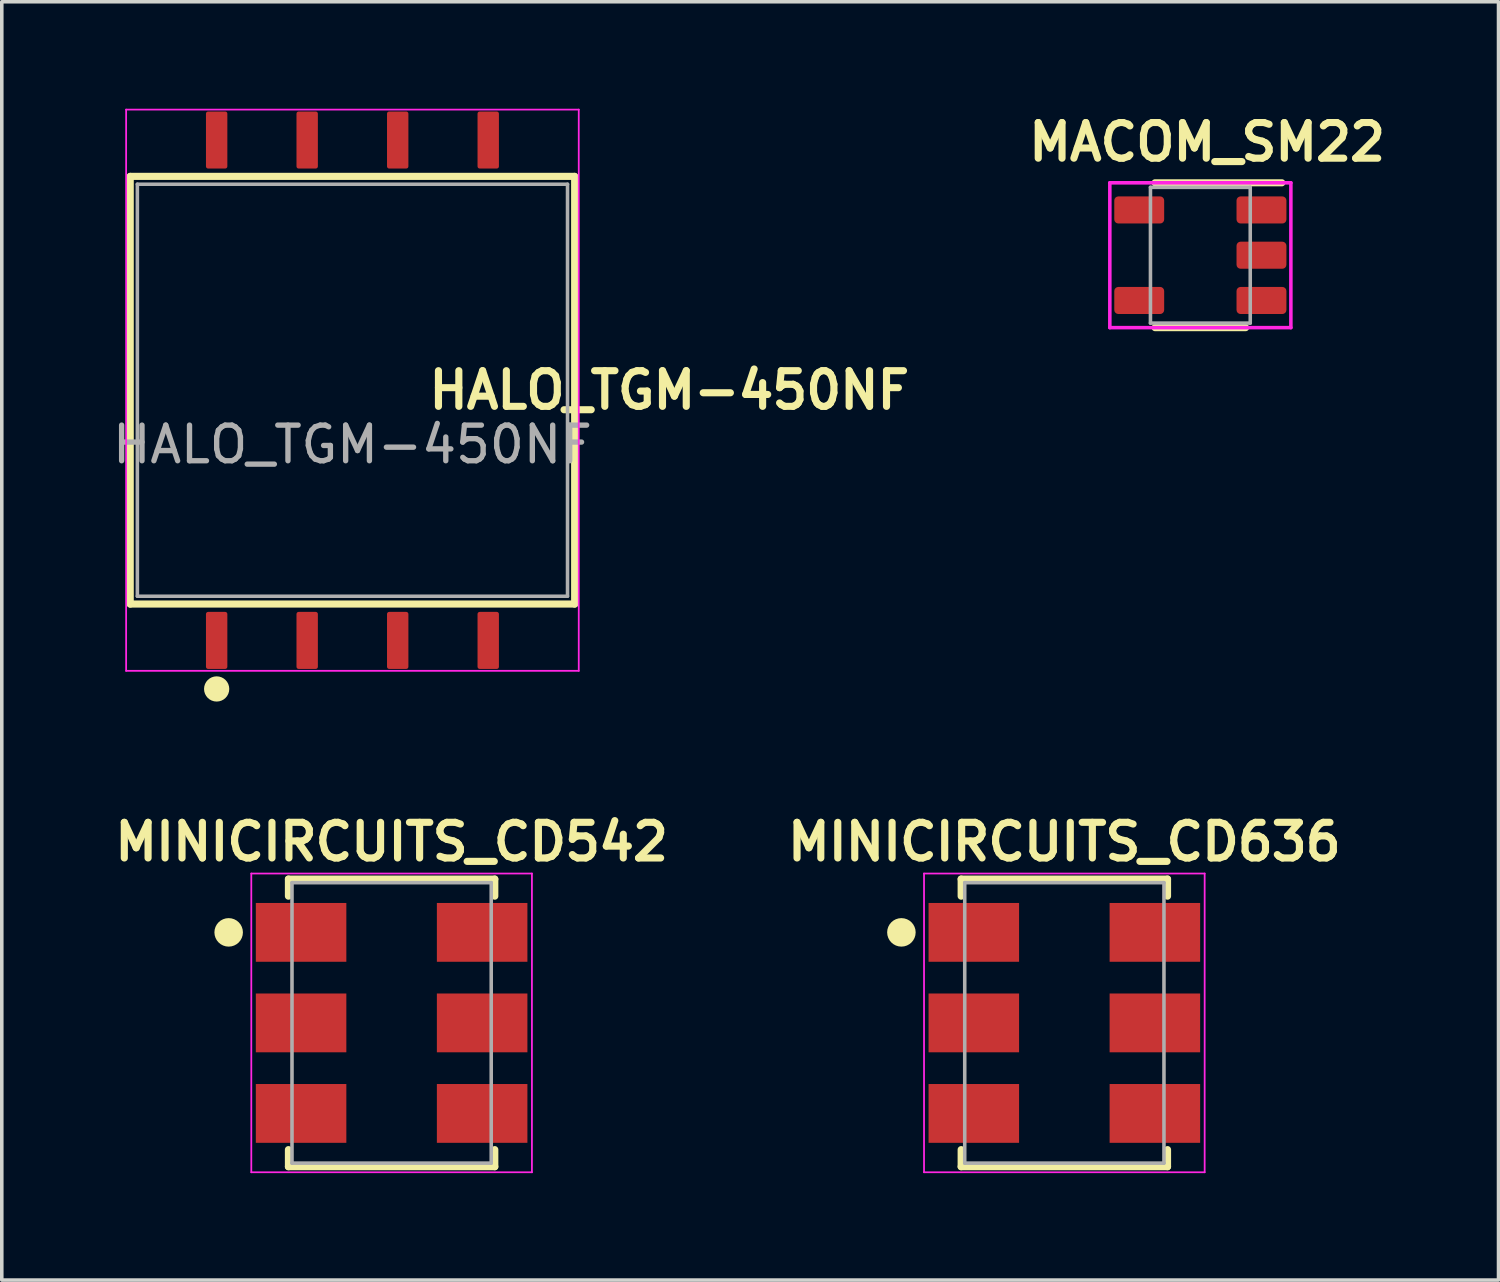
<source format=kicad_pcb>
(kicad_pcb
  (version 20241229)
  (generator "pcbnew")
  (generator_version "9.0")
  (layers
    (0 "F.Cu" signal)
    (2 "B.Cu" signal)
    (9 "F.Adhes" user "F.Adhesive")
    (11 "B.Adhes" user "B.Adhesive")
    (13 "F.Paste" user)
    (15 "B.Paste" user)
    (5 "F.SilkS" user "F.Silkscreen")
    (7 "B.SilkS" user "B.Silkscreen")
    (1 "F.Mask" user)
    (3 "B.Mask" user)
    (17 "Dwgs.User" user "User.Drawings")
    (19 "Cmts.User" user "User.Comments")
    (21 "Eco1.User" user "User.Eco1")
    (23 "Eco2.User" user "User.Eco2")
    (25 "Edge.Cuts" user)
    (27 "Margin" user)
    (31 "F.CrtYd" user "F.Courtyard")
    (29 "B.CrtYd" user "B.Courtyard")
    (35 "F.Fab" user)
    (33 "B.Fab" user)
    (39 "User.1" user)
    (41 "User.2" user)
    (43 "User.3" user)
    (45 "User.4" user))
  (footprint "MACOM_SM22"
    (layer "F.Cu")
    (at 28.915 2.841)
    (property "Reference" "MACOM_SM22" (at 1.905 -1.905 0) (layer "F.SilkS") (effects (font (size 1 1) (thickness 0.2))))
    (attr through_hole)
    (fp_line (start 0.445 -0.762) (end 4.001 -0.762) (stroke (width 0.2) (type solid)) (layer "F.SilkS"))
    (fp_line (start 0.445 3.302) (end 2.985 3.302) (stroke (width 0.2) (type solid)) (layer "F.SilkS"))
    (fp_line (start -0.825 -0.762) (end 4.255 -0.762) (stroke (width 0.1) (type solid)) (layer "F.CrtYd"))
    (fp_line (start -0.825 3.302) (end -0.825 -0.762) (stroke (width 0.1) (type solid)) (layer "F.CrtYd"))
    (fp_line (start 4.255 -0.762) (end 4.255 3.302) (stroke (width 0.1) (type solid)) (layer "F.CrtYd"))
    (fp_line (start 4.255 3.302) (end -0.825 3.302) (stroke (width 0.1) (type solid)) (layer "F.CrtYd"))
    (fp_line (start 0.315 -0.635) (end 3.115 -0.635) (stroke (width 0.1) (type solid)) (layer "F.Fab"))
    (fp_line (start 0.315 3.175) (end 0.315 -0.635) (stroke (width 0.1) (type solid)) (layer "F.Fab"))
    (fp_line (start 3.115 -0.635) (end 3.115 3.175) (stroke (width 0.1) (type solid)) (layer "F.Fab"))
    (fp_line (start 3.115 3.175) (end 0.315 3.175) (stroke (width 0.1) (type solid)) (layer "F.Fab"))
    (pad "1" smd roundrect (at 3.43 0 90) (size 0.76 1.4) (layers "F.Cu" "F.Mask" "F.Paste") (roundrect_rratio 0.15))
    (pad "2" smd roundrect (at 3.43 1.27 90) (size 0.76 1.4) (layers "F.Cu" "F.Mask" "F.Paste") (roundrect_rratio 0.15))
    (pad "3" smd roundrect (at 3.43 2.54 90) (size 0.76 1.4) (layers "F.Cu" "F.Mask" "F.Paste") (roundrect_rratio 0.15))
    (pad "4" smd roundrect (at 0 2.54 90) (size 0.76 1.4) (layers "F.Cu" "F.Mask" "F.Paste") (roundrect_rratio 0.15))
    (pad "5" smd roundrect (at 0 0 90) (size 0.76 1.4) (layers "F.Cu" "F.Mask" "F.Paste") (roundrect_rratio 0.15)))
  (footprint "MINICIRCUITS_CD636"
    (layer "F.Cu")
    (at 24.274 23.111)
    (property "Reference" "MINICIRCUITS_CD636" (at 2.54 -2.54 0) (layer "F.SilkS") (effects (font (size 1 1) (thickness 0.2))))
    (attr through_hole)
    (fp_line (start -0.355 -1.495) (end -0.355 -1.016) (stroke (width 0.2) (type solid)) (layer "F.SilkS"))
    (fp_line (start -0.355 -1.495) (end 5.435 -1.495) (stroke (width 0.2) (type solid)) (layer "F.SilkS"))
    (fp_line (start -0.355 6.575) (end -0.355 6.096) (stroke (width 0.2) (type solid)) (layer "F.SilkS"))
    (fp_line (start 5.435 -1.495) (end 5.435 -1.016) (stroke (width 0.2) (type solid)) (layer "F.SilkS"))
    (fp_line (start 5.435 6.575) (end -0.355 6.575) (stroke (width 0.2) (type solid)) (layer "F.SilkS"))
    (fp_line (start 5.435 6.575) (end 5.435 6.096) (stroke (width 0.2) (type solid)) (layer "F.SilkS"))
    (fp_circle (center -2.032 0) (end -1.832 0) (stroke (width 0.4) (type solid)) (fill no) (layer "F.SilkS"))
    (fp_line (start -1.397 -1.651) (end 6.477 -1.651) (stroke (width 0.05) (type solid)) (layer "F.CrtYd"))
    (fp_line (start -1.397 6.731) (end -1.397 -1.651) (stroke (width 0.05) (type solid)) (layer "F.CrtYd"))
    (fp_line (start 6.477 -1.651) (end 6.477 6.731) (stroke (width 0.05) (type solid)) (layer "F.CrtYd"))
    (fp_line (start 6.477 6.731) (end -1.397 6.731) (stroke (width 0.05) (type solid)) (layer "F.CrtYd"))
    (fp_line (start -0.255 -1.395) (end 5.335 -1.395) (stroke (width 0.1) (type solid)) (layer "F.Fab"))
    (fp_line (start -0.255 6.475) (end -0.255 -1.395) (stroke (width 0.1) (type solid)) (layer "F.Fab"))
    (fp_line (start 5.335 -1.395) (end 5.335 6.475) (stroke (width 0.1) (type solid)) (layer "F.Fab"))
    (fp_line (start 5.335 6.475) (end -0.255 6.475) (stroke (width 0.1) (type solid)) (layer "F.Fab"))
    (pad "1" smd rect (at 0 0) (size 2.54 1.65) (layers "F.Cu" "F.Mask" "F.Paste"))
    (pad "2" smd rect (at 0 2.54) (size 2.54 1.65) (layers "F.Cu" "F.Mask" "F.Paste"))
    (pad "3" smd rect (at 0 5.08) (size 2.54 1.65) (layers "F.Cu" "F.Mask" "F.Paste"))
    (pad "4" smd rect (at 5.08 5.08) (size 2.54 1.65) (layers "F.Cu" "F.Mask" "F.Paste"))
    (pad "5" smd rect (at 5.08 2.54) (size 2.54 1.65) (layers "F.Cu" "F.Mask" "F.Paste"))
    (pad "6" smd rect (at 5.08 0) (size 2.54 1.65) (layers "F.Cu" "F.Mask" "F.Paste")))
  (footprint "MINICIRCUITS_CD542"
    (layer "F.Cu")
    (at 5.398 23.111)
    (property "Reference" "MINICIRCUITS_CD542" (at 2.54 -2.54 0) (layer "F.SilkS") (effects (font (size 1 1) (thickness 0.2))))
    (attr through_hole)
    (fp_line (start -0.355 -1.495) (end -0.355 -1.016) (stroke (width 0.2) (type solid)) (layer "F.SilkS"))
    (fp_line (start -0.355 -1.495) (end 5.435 -1.495) (stroke (width 0.2) (type solid)) (layer "F.SilkS"))
    (fp_line (start -0.355 6.575) (end -0.355 6.096) (stroke (width 0.2) (type solid)) (layer "F.SilkS"))
    (fp_line (start 5.435 -1.495) (end 5.435 -1.016) (stroke (width 0.2) (type solid)) (layer "F.SilkS"))
    (fp_line (start 5.435 6.575) (end -0.355 6.575) (stroke (width 0.2) (type solid)) (layer "F.SilkS"))
    (fp_line (start 5.435 6.575) (end 5.435 6.096) (stroke (width 0.2) (type solid)) (layer "F.SilkS"))
    (fp_circle (center -2.032 0) (end -1.832 0) (stroke (width 0.4) (type solid)) (fill no) (layer "F.SilkS"))
    (fp_line (start -1.397 -1.651) (end 6.477 -1.651) (stroke (width 0.05) (type solid)) (layer "F.CrtYd"))
    (fp_line (start -1.397 6.731) (end -1.397 -1.651) (stroke (width 0.05) (type solid)) (layer "F.CrtYd"))
    (fp_line (start 6.477 -1.651) (end 6.477 6.731) (stroke (width 0.05) (type solid)) (layer "F.CrtYd"))
    (fp_line (start 6.477 6.731) (end -1.397 6.731) (stroke (width 0.05) (type solid)) (layer "F.CrtYd"))
    (fp_line (start -0.255 -1.395) (end 5.335 -1.395) (stroke (width 0.1) (type solid)) (layer "F.Fab"))
    (fp_line (start -0.255 6.475) (end -0.255 -1.395) (stroke (width 0.1) (type solid)) (layer "F.Fab"))
    (fp_line (start 5.335 -1.395) (end 5.335 6.475) (stroke (width 0.1) (type solid)) (layer "F.Fab"))
    (fp_line (start 5.335 6.475) (end -0.255 6.475) (stroke (width 0.1) (type solid)) (layer "F.Fab"))
    (pad "1" smd rect (at 0 0) (size 2.54 1.65) (layers "F.Cu" "F.Mask" "F.Paste"))
    (pad "2" smd rect (at 0 2.54) (size 2.54 1.65) (layers "F.Cu" "F.Mask" "F.Paste"))
    (pad "3" smd rect (at 0 5.08) (size 2.54 1.65) (layers "F.Cu" "F.Mask" "F.Paste"))
    (pad "4" smd rect (at 5.08 5.08) (size 2.54 1.65) (layers "F.Cu" "F.Mask" "F.Paste"))
    (pad "5" smd rect (at 5.08 2.54) (size 2.54 1.65) (layers "F.Cu" "F.Mask" "F.Paste"))
    (pad "6" smd rect (at 5.08 0) (size 2.54 1.65) (layers "F.Cu" "F.Mask" "F.Paste")))
  (footprint "HALO_TGM-450NF"
    (layer "F.Cu")
    (at 6.839 7.899)
    (property "Reference" "HALO_TGM-450NF" (at 8.89 0 0) (unlocked yes) (layer "F.SilkS") (effects (font (size 1 1) (thickness 0.2) (bold yes))))
    (attr smd)
    (fp_line (start -6.235 -6) (end 6.235 -6) (stroke (width 0.2) (type default)) (layer "F.SilkS"))
    (fp_line (start -6.235 6) (end -6.235 -6) (stroke (width 0.2) (type default)) (layer "F.SilkS"))
    (fp_line (start 6.235 -6) (end 6.235 6) (stroke (width 0.2) (type default)) (layer "F.SilkS"))
    (fp_line (start 6.235 6) (end -6.235 6) (stroke (width 0.2) (type default)) (layer "F.SilkS"))
    (fp_circle (center -3.81 8.382) (end -3.556 8.382) (stroke (width 0.2) (type solid)) (fill yes) (layer "F.SilkS"))
    (fp_line (start -6.35 -7.874) (end -6.35 7.874) (stroke (width 0.05) (type default)) (layer "F.CrtYd"))
    (fp_line (start -6.35 7.874) (end 6.35 7.874) (stroke (width 0.05) (type default)) (layer "F.CrtYd"))
    (fp_line (start 6.35 -7.874) (end -6.35 -7.874) (stroke (width 0.05) (type default)) (layer "F.CrtYd"))
    (fp_line (start 6.35 7.874) (end 6.35 -7.874) (stroke (width 0.05) (type default)) (layer "F.CrtYd"))
    (fp_line (start -6.035 -5.78) (end 6.035 -5.78) (stroke (width 0.1) (type default)) (layer "F.Fab"))
    (fp_line (start -6.035 5.78) (end -6.035 -5.78) (stroke (width 0.1) (type default)) (layer "F.Fab"))
    (fp_line (start 6.035 -5.78) (end 6.035 5.78) (stroke (width 0.1) (type default)) (layer "F.Fab"))
    (fp_line (start 6.035 5.78) (end -6.035 5.78) (stroke (width 0.1) (type default)) (layer "F.Fab"))
    (fp_text user "${REFERENCE}" (at 0 1.524 0) (unlocked yes) (layer "F.Fab") (effects (font (size 1 1) (thickness 0.15))))
    (pad "1" smd roundrect (at -3.81 7.02) (size 0.6 1.6) (layers "F.Cu" "F.Mask" "F.Paste") (roundrect_rratio 0.1))
    (pad "2" smd roundrect (at -1.27 7.02) (size 0.6 1.6) (layers "F.Cu" "F.Mask" "F.Paste") (roundrect_rratio 0.1))
    (pad "3" smd roundrect (at 1.27 7.02) (size 0.6 1.6) (layers "F.Cu" "F.Mask" "F.Paste") (roundrect_rratio 0.1))
    (pad "4" smd roundrect (at 3.81 7.02) (size 0.6 1.6) (layers "F.Cu" "F.Mask" "F.Paste") (roundrect_rratio 0.1))
    (pad "5" smd roundrect (at 3.81 -7.02) (size 0.6 1.6) (layers "F.Cu" "F.Mask" "F.Paste") (roundrect_rratio 0.1))
    (pad "6" smd roundrect (at 1.27 -7.02) (size 0.6 1.6) (layers "F.Cu" "F.Mask" "F.Paste") (roundrect_rratio 0.1))
    (pad "7" smd roundrect (at -1.27 -7.02) (size 0.6 1.6) (layers "F.Cu" "F.Mask" "F.Paste") (roundrect_rratio 0.1))
    (pad "8" smd roundrect (at -3.81 -7.02) (size 0.6 1.6) (layers "F.Cu" "F.Mask" "F.Paste") (roundrect_rratio 0.1)))
  (gr_rect
    (start -3 -3)
    (end 38.996 32.867)
    (stroke (width 0.1) (type default))
    (fill no)
    (layer "Edge.Cuts")))
</source>
